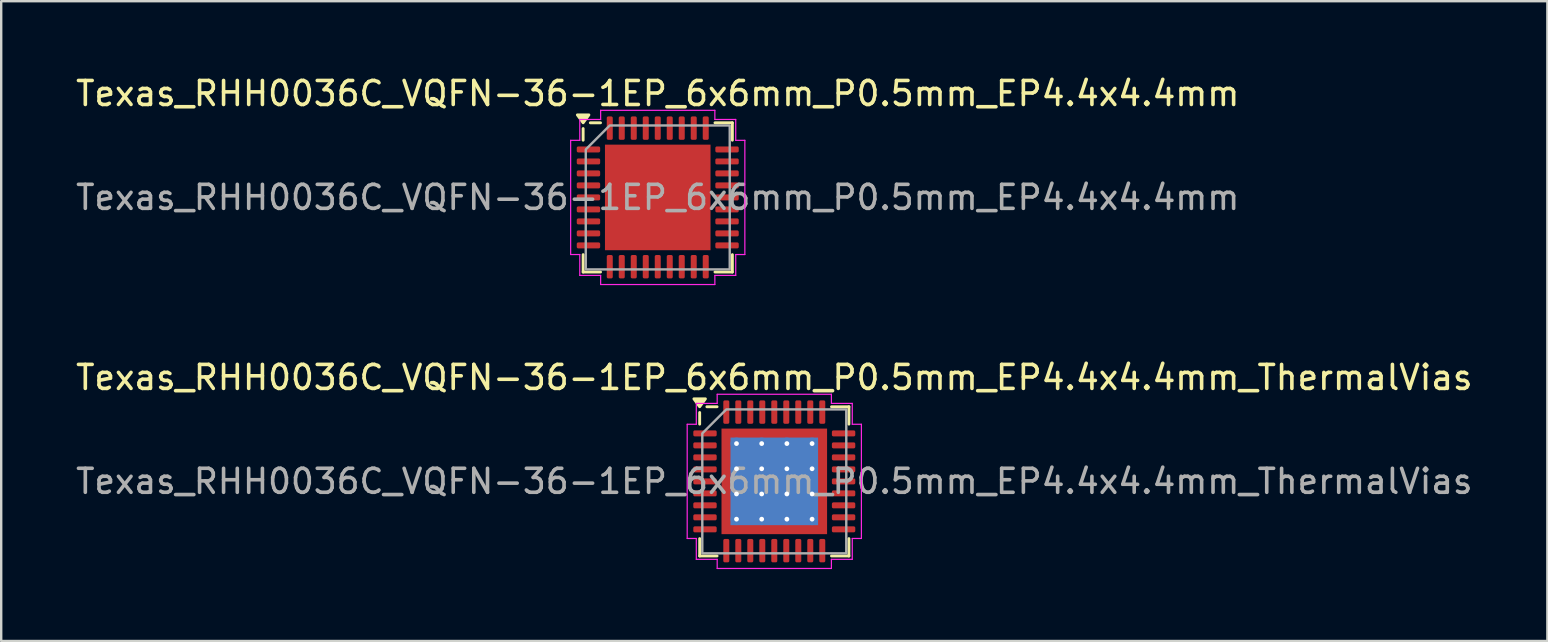
<source format=kicad_pcb>
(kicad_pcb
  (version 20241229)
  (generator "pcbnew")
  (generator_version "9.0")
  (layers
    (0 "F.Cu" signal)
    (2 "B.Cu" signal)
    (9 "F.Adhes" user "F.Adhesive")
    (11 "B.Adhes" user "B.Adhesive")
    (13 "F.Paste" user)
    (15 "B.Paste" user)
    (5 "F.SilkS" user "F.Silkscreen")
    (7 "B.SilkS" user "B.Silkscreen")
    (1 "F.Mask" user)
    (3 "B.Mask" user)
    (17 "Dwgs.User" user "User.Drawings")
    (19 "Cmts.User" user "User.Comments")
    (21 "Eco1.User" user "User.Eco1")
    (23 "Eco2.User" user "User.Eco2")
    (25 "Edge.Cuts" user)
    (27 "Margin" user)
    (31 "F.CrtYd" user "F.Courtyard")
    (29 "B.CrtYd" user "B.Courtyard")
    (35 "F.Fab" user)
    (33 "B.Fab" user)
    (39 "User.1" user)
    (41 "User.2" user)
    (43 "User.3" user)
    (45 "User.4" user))
  (footprint "Texas_RHH0036C_VQFN-36-1EP_6x6mm_P0.5mm_EP4.4x4.4mm_ThermalVias"
    (layer "F.Cu")
    (at 29.22 17.012)
    (property "Reference" "Texas_RHH0036C_VQFN-36-1EP_6x6mm_P0.5mm_EP4.4x4.4mm_ThermalVias" (at 0 -4.33 0) (layer "F.SilkS") (effects (font (size 1 1) (thickness 0.15))))
    (attr smd)
    (fp_line (start -3.11 -2.385) (end -3.11 -2.87) (stroke (width 0.12) (type solid)) (layer "F.SilkS"))
    (fp_line (start -3.11 3.11) (end -3.11 2.385) (stroke (width 0.12) (type solid)) (layer "F.SilkS"))
    (fp_line (start -2.385 -3.11) (end -2.81 -3.11) (stroke (width 0.12) (type solid)) (layer "F.SilkS"))
    (fp_line (start -2.385 3.11) (end -3.11 3.11) (stroke (width 0.12) (type solid)) (layer "F.SilkS"))
    (fp_line (start 2.385 -3.11) (end 3.11 -3.11) (stroke (width 0.12) (type solid)) (layer "F.SilkS"))
    (fp_line (start 2.385 3.11) (end 3.11 3.11) (stroke (width 0.12) (type solid)) (layer "F.SilkS"))
    (fp_line (start 3.11 -3.11) (end 3.11 -2.385) (stroke (width 0.12) (type solid)) (layer "F.SilkS"))
    (fp_line (start 3.11 3.11) (end 3.11 2.385) (stroke (width 0.12) (type solid)) (layer "F.SilkS"))
    (fp_poly (pts (xy -3.11 -3.11) (xy -3.35 -3.44) (xy -2.87 -3.44)) (stroke (width 0.12) (type solid)) (fill yes) (layer "F.SilkS"))
    (fp_line (start -3.63 -2.38) (end -3.25 -2.38) (stroke (width 0.05) (type solid)) (layer "F.CrtYd"))
    (fp_line (start -3.63 2.38) (end -3.63 -2.38) (stroke (width 0.05) (type solid)) (layer "F.CrtYd"))
    (fp_line (start -3.25 -3.25) (end -2.38 -3.25) (stroke (width 0.05) (type solid)) (layer "F.CrtYd"))
    (fp_line (start -3.25 -2.38) (end -3.25 -3.25) (stroke (width 0.05) (type solid)) (layer "F.CrtYd"))
    (fp_line (start -3.25 2.38) (end -3.63 2.38) (stroke (width 0.05) (type solid)) (layer "F.CrtYd"))
    (fp_line (start -3.25 3.25) (end -3.25 2.38) (stroke (width 0.05) (type solid)) (layer "F.CrtYd"))
    (fp_line (start -2.38 -3.63) (end 2.38 -3.63) (stroke (width 0.05) (type solid)) (layer "F.CrtYd"))
    (fp_line (start -2.38 -3.25) (end -2.38 -3.63) (stroke (width 0.05) (type solid)) (layer "F.CrtYd"))
    (fp_line (start -2.38 3.25) (end -3.25 3.25) (stroke (width 0.05) (type solid)) (layer "F.CrtYd"))
    (fp_line (start -2.38 3.63) (end -2.38 3.25) (stroke (width 0.05) (type solid)) (layer "F.CrtYd"))
    (fp_line (start 2.38 -3.63) (end 2.38 -3.25) (stroke (width 0.05) (type solid)) (layer "F.CrtYd"))
    (fp_line (start 2.38 -3.25) (end 3.25 -3.25) (stroke (width 0.05) (type solid)) (layer "F.CrtYd"))
    (fp_line (start 2.38 3.25) (end 2.38 3.63) (stroke (width 0.05) (type solid)) (layer "F.CrtYd"))
    (fp_line (start 2.38 3.63) (end -2.38 3.63) (stroke (width 0.05) (type solid)) (layer "F.CrtYd"))
    (fp_line (start 3.25 -3.25) (end 3.25 -2.38) (stroke (width 0.05) (type solid)) (layer "F.CrtYd"))
    (fp_line (start 3.25 -2.38) (end 3.63 -2.38) (stroke (width 0.05) (type solid)) (layer "F.CrtYd"))
    (fp_line (start 3.25 2.38) (end 3.25 3.25) (stroke (width 0.05) (type solid)) (layer "F.CrtYd"))
    (fp_line (start 3.25 3.25) (end 2.38 3.25) (stroke (width 0.05) (type solid)) (layer "F.CrtYd"))
    (fp_line (start 3.63 -2.38) (end 3.63 2.38) (stroke (width 0.05) (type solid)) (layer "F.CrtYd"))
    (fp_line (start 3.63 2.38) (end 3.25 2.38) (stroke (width 0.05) (type solid)) (layer "F.CrtYd"))
    (fp_poly (pts (xy -3 -2) (xy -3 3) (xy 3 3) (xy 3 -3) (xy -2 -3)) (stroke (width 0.1) (type solid)) (fill no) (layer "F.Fab"))
    (fp_text user "${REFERENCE}" (at 0 0 0) (layer "F.Fab") (effects (font (size 1 1) (thickness 0.15))))
    (pad "" smd roundrect (at -1.47 -1.47) (size 1.18 1.18) (layers "F.Paste") (roundrect_rratio 0.212))
    (pad "" smd roundrect (at -1.47 0) (size 1.18 1.18) (layers "F.Paste") (roundrect_rratio 0.212))
    (pad "" smd roundrect (at -1.47 1.47) (size 1.18 1.18) (layers "F.Paste") (roundrect_rratio 0.212))
    (pad "" smd roundrect (at 0 -1.47) (size 1.18 1.18) (layers "F.Paste") (roundrect_rratio 0.212))
    (pad "" smd roundrect (at 0 0) (size 1.18 1.18) (layers "F.Paste") (roundrect_rratio 0.212))
    (pad "" smd roundrect (at 0 1.47) (size 1.18 1.18) (layers "F.Paste") (roundrect_rratio 0.212))
    (pad "" smd roundrect (at 1.47 -1.47) (size 1.18 1.18) (layers "F.Paste") (roundrect_rratio 0.212))
    (pad "" smd roundrect (at 1.47 0) (size 1.18 1.18) (layers "F.Paste") (roundrect_rratio 0.212))
    (pad "" smd roundrect (at 1.47 1.47) (size 1.18 1.18) (layers "F.Paste") (roundrect_rratio 0.212))
    (pad "1" smd roundrect (at -2.888 -2) (size 0.975 0.25) (layers "F.Cu" "F.Mask" "F.Paste") (roundrect_rratio 0.25))
    (pad "2" smd roundrect (at -2.888 -1.5) (size 0.975 0.25) (layers "F.Cu" "F.Mask" "F.Paste") (roundrect_rratio 0.25))
    (pad "3" smd roundrect (at -2.888 -1) (size 0.975 0.25) (layers "F.Cu" "F.Mask" "F.Paste") (roundrect_rratio 0.25))
    (pad "4" smd roundrect (at -2.888 -0.5) (size 0.975 0.25) (layers "F.Cu" "F.Mask" "F.Paste") (roundrect_rratio 0.25))
    (pad "5" smd roundrect (at -2.888 0) (size 0.975 0.25) (layers "F.Cu" "F.Mask" "F.Paste") (roundrect_rratio 0.25))
    (pad "6" smd roundrect (at -2.888 0.5) (size 0.975 0.25) (layers "F.Cu" "F.Mask" "F.Paste") (roundrect_rratio 0.25))
    (pad "7" smd roundrect (at -2.888 1) (size 0.975 0.25) (layers "F.Cu" "F.Mask" "F.Paste") (roundrect_rratio 0.25))
    (pad "8" smd roundrect (at -2.888 1.5) (size 0.975 0.25) (layers "F.Cu" "F.Mask" "F.Paste") (roundrect_rratio 0.25))
    (pad "9" smd roundrect (at -2.888 2) (size 0.975 0.25) (layers "F.Cu" "F.Mask" "F.Paste") (roundrect_rratio 0.25))
    (pad "10" smd roundrect (at -2 2.888) (size 0.25 0.975) (layers "F.Cu" "F.Mask" "F.Paste") (roundrect_rratio 0.25))
    (pad "11" smd roundrect (at -1.5 2.888) (size 0.25 0.975) (layers "F.Cu" "F.Mask" "F.Paste") (roundrect_rratio 0.25))
    (pad "12" smd roundrect (at -1 2.888) (size 0.25 0.975) (layers "F.Cu" "F.Mask" "F.Paste") (roundrect_rratio 0.25))
    (pad "13" smd roundrect (at -0.5 2.888) (size 0.25 0.975) (layers "F.Cu" "F.Mask" "F.Paste") (roundrect_rratio 0.25))
    (pad "14" smd roundrect (at 0 2.888) (size 0.25 0.975) (layers "F.Cu" "F.Mask" "F.Paste") (roundrect_rratio 0.25))
    (pad "15" smd roundrect (at 0.5 2.888) (size 0.25 0.975) (layers "F.Cu" "F.Mask" "F.Paste") (roundrect_rratio 0.25))
    (pad "16" smd roundrect (at 1 2.888) (size 0.25 0.975) (layers "F.Cu" "F.Mask" "F.Paste") (roundrect_rratio 0.25))
    (pad "17" smd roundrect (at 1.5 2.888) (size 0.25 0.975) (layers "F.Cu" "F.Mask" "F.Paste") (roundrect_rratio 0.25))
    (pad "18" smd roundrect (at 2 2.888) (size 0.25 0.975) (layers "F.Cu" "F.Mask" "F.Paste") (roundrect_rratio 0.25))
    (pad "19" smd roundrect (at 2.888 2) (size 0.975 0.25) (layers "F.Cu" "F.Mask" "F.Paste") (roundrect_rratio 0.25))
    (pad "20" smd roundrect (at 2.888 1.5) (size 0.975 0.25) (layers "F.Cu" "F.Mask" "F.Paste") (roundrect_rratio 0.25))
    (pad "21" smd roundrect (at 2.888 1) (size 0.975 0.25) (layers "F.Cu" "F.Mask" "F.Paste") (roundrect_rratio 0.25))
    (pad "22" smd roundrect (at 2.888 0.5) (size 0.975 0.25) (layers "F.Cu" "F.Mask" "F.Paste") (roundrect_rratio 0.25))
    (pad "23" smd roundrect (at 2.888 0) (size 0.975 0.25) (layers "F.Cu" "F.Mask" "F.Paste") (roundrect_rratio 0.25))
    (pad "24" smd roundrect (at 2.888 -0.5) (size 0.975 0.25) (layers "F.Cu" "F.Mask" "F.Paste") (roundrect_rratio 0.25))
    (pad "25" smd roundrect (at 2.888 -1) (size 0.975 0.25) (layers "F.Cu" "F.Mask" "F.Paste") (roundrect_rratio 0.25))
    (pad "26" smd roundrect (at 2.888 -1.5) (size 0.975 0.25) (layers "F.Cu" "F.Mask" "F.Paste") (roundrect_rratio 0.25))
    (pad "27" smd roundrect (at 2.888 -2) (size 0.975 0.25) (layers "F.Cu" "F.Mask" "F.Paste") (roundrect_rratio 0.25))
    (pad "28" smd roundrect (at 2 -2.888) (size 0.25 0.975) (layers "F.Cu" "F.Mask" "F.Paste") (roundrect_rratio 0.25))
    (pad "29" smd roundrect (at 1.5 -2.888) (size 0.25 0.975) (layers "F.Cu" "F.Mask" "F.Paste") (roundrect_rratio 0.25))
    (pad "30" smd roundrect (at 1 -2.888) (size 0.25 0.975) (layers "F.Cu" "F.Mask" "F.Paste") (roundrect_rratio 0.25))
    (pad "31" smd roundrect (at 0.5 -2.888) (size 0.25 0.975) (layers "F.Cu" "F.Mask" "F.Paste") (roundrect_rratio 0.25))
    (pad "32" smd roundrect (at 0 -2.888) (size 0.25 0.975) (layers "F.Cu" "F.Mask" "F.Paste") (roundrect_rratio 0.25))
    (pad "33" smd roundrect (at -0.5 -2.888) (size 0.25 0.975) (layers "F.Cu" "F.Mask" "F.Paste") (roundrect_rratio 0.25))
    (pad "34" smd roundrect (at -1 -2.888) (size 0.25 0.975) (layers "F.Cu" "F.Mask" "F.Paste") (roundrect_rratio 0.25))
    (pad "35" smd roundrect (at -1.5 -2.888) (size 0.25 0.975) (layers "F.Cu" "F.Mask" "F.Paste") (roundrect_rratio 0.25))
    (pad "36" smd roundrect (at -2 -2.888) (size 0.25 0.975) (layers "F.Cu" "F.Mask" "F.Paste") (roundrect_rratio 0.25))
    (pad "37" thru_hole circle (at -1.575 -1.575) (size 0.5 0.5) (drill 0.2) (property pad_prop_heatsink) (layers "*.Cu"))
    (pad "37" thru_hole circle (at -1.575 -0.525) (size 0.5 0.5) (drill 0.2) (property pad_prop_heatsink) (layers "*.Cu"))
    (pad "37" thru_hole circle (at -1.575 0.525) (size 0.5 0.5) (drill 0.2) (property pad_prop_heatsink) (layers "*.Cu"))
    (pad "37" thru_hole circle (at -1.575 1.575) (size 0.5 0.5) (drill 0.2) (property pad_prop_heatsink) (layers "*.Cu"))
    (pad "37" thru_hole circle (at -0.525 -1.575) (size 0.5 0.5) (drill 0.2) (property pad_prop_heatsink) (layers "*.Cu"))
    (pad "37" thru_hole circle (at -0.525 -0.525) (size 0.5 0.5) (drill 0.2) (property pad_prop_heatsink) (layers "*.Cu"))
    (pad "37" thru_hole circle (at -0.525 0.525) (size 0.5 0.5) (drill 0.2) (property pad_prop_heatsink) (layers "*.Cu"))
    (pad "37" thru_hole circle (at -0.525 1.575) (size 0.5 0.5) (drill 0.2) (property pad_prop_heatsink) (layers "*.Cu"))
    (pad "37" smd rect (at 0 0) (size 3.65 3.65) (property pad_prop_heatsink) (layers "B.Cu"))
    (pad "37" smd rect (at 0 0) (size 4.4 4.4) (property pad_prop_heatsink) (layers "F.Cu" "F.Mask"))
    (pad "37" thru_hole circle (at 0.525 -1.575) (size 0.5 0.5) (drill 0.2) (property pad_prop_heatsink) (layers "*.Cu"))
    (pad "37" thru_hole circle (at 0.525 -0.525) (size 0.5 0.5) (drill 0.2) (property pad_prop_heatsink) (layers "*.Cu"))
    (pad "37" thru_hole circle (at 0.525 0.525) (size 0.5 0.5) (drill 0.2) (property pad_prop_heatsink) (layers "*.Cu"))
    (pad "37" thru_hole circle (at 0.525 1.575) (size 0.5 0.5) (drill 0.2) (property pad_prop_heatsink) (layers "*.Cu"))
    (pad "37" thru_hole circle (at 1.575 -1.575) (size 0.5 0.5) (drill 0.2) (property pad_prop_heatsink) (layers "*.Cu"))
    (pad "37" thru_hole circle (at 1.575 -0.525) (size 0.5 0.5) (drill 0.2) (property pad_prop_heatsink) (layers "*.Cu"))
    (pad "37" thru_hole circle (at 1.575 0.525) (size 0.5 0.5) (drill 0.2) (property pad_prop_heatsink) (layers "*.Cu"))
    (pad "37" thru_hole circle (at 1.575 1.575) (size 0.5 0.5) (drill 0.2) (property pad_prop_heatsink) (layers "*.Cu")))
  (footprint "Texas_RHH0036C_VQFN-36-1EP_6x6mm_P0.5mm_EP4.4x4.4mm"
    (layer "F.Cu")
    (at 24.363 5.178)
    (property "Reference" "Texas_RHH0036C_VQFN-36-1EP_6x6mm_P0.5mm_EP4.4x4.4mm" (at 0 -4.33 0) (layer "F.SilkS") (effects (font (size 1 1) (thickness 0.15))))
    (attr smd)
    (fp_line (start -3.11 -2.385) (end -3.11 -2.87) (stroke (width 0.12) (type solid)) (layer "F.SilkS"))
    (fp_line (start -3.11 3.11) (end -3.11 2.385) (stroke (width 0.12) (type solid)) (layer "F.SilkS"))
    (fp_line (start -2.385 -3.11) (end -2.81 -3.11) (stroke (width 0.12) (type solid)) (layer "F.SilkS"))
    (fp_line (start -2.385 3.11) (end -3.11 3.11) (stroke (width 0.12) (type solid)) (layer "F.SilkS"))
    (fp_line (start 2.385 -3.11) (end 3.11 -3.11) (stroke (width 0.12) (type solid)) (layer "F.SilkS"))
    (fp_line (start 2.385 3.11) (end 3.11 3.11) (stroke (width 0.12) (type solid)) (layer "F.SilkS"))
    (fp_line (start 3.11 -3.11) (end 3.11 -2.385) (stroke (width 0.12) (type solid)) (layer "F.SilkS"))
    (fp_line (start 3.11 3.11) (end 3.11 2.385) (stroke (width 0.12) (type solid)) (layer "F.SilkS"))
    (fp_poly (pts (xy -3.11 -3.11) (xy -3.35 -3.44) (xy -2.87 -3.44)) (stroke (width 0.12) (type solid)) (fill yes) (layer "F.SilkS"))
    (fp_line (start -3.63 -2.38) (end -3.25 -2.38) (stroke (width 0.05) (type solid)) (layer "F.CrtYd"))
    (fp_line (start -3.63 2.38) (end -3.63 -2.38) (stroke (width 0.05) (type solid)) (layer "F.CrtYd"))
    (fp_line (start -3.25 -3.25) (end -2.38 -3.25) (stroke (width 0.05) (type solid)) (layer "F.CrtYd"))
    (fp_line (start -3.25 -2.38) (end -3.25 -3.25) (stroke (width 0.05) (type solid)) (layer "F.CrtYd"))
    (fp_line (start -3.25 2.38) (end -3.63 2.38) (stroke (width 0.05) (type solid)) (layer "F.CrtYd"))
    (fp_line (start -3.25 3.25) (end -3.25 2.38) (stroke (width 0.05) (type solid)) (layer "F.CrtYd"))
    (fp_line (start -2.38 -3.63) (end 2.38 -3.63) (stroke (width 0.05) (type solid)) (layer "F.CrtYd"))
    (fp_line (start -2.38 -3.25) (end -2.38 -3.63) (stroke (width 0.05) (type solid)) (layer "F.CrtYd"))
    (fp_line (start -2.38 3.25) (end -3.25 3.25) (stroke (width 0.05) (type solid)) (layer "F.CrtYd"))
    (fp_line (start -2.38 3.63) (end -2.38 3.25) (stroke (width 0.05) (type solid)) (layer "F.CrtYd"))
    (fp_line (start 2.38 -3.63) (end 2.38 -3.25) (stroke (width 0.05) (type solid)) (layer "F.CrtYd"))
    (fp_line (start 2.38 -3.25) (end 3.25 -3.25) (stroke (width 0.05) (type solid)) (layer "F.CrtYd"))
    (fp_line (start 2.38 3.25) (end 2.38 3.63) (stroke (width 0.05) (type solid)) (layer "F.CrtYd"))
    (fp_line (start 2.38 3.63) (end -2.38 3.63) (stroke (width 0.05) (type solid)) (layer "F.CrtYd"))
    (fp_line (start 3.25 -3.25) (end 3.25 -2.38) (stroke (width 0.05) (type solid)) (layer "F.CrtYd"))
    (fp_line (start 3.25 -2.38) (end 3.63 -2.38) (stroke (width 0.05) (type solid)) (layer "F.CrtYd"))
    (fp_line (start 3.25 2.38) (end 3.25 3.25) (stroke (width 0.05) (type solid)) (layer "F.CrtYd"))
    (fp_line (start 3.25 3.25) (end 2.38 3.25) (stroke (width 0.05) (type solid)) (layer "F.CrtYd"))
    (fp_line (start 3.63 -2.38) (end 3.63 2.38) (stroke (width 0.05) (type solid)) (layer "F.CrtYd"))
    (fp_line (start 3.63 2.38) (end 3.25 2.38) (stroke (width 0.05) (type solid)) (layer "F.CrtYd"))
    (fp_poly (pts (xy -3 -2) (xy -3 3) (xy 3 3) (xy 3 -3) (xy -2 -3)) (stroke (width 0.1) (type solid)) (fill no) (layer "F.Fab"))
    (fp_text user "${REFERENCE}" (at 0 0 0) (layer "F.Fab") (effects (font (size 1 1) (thickness 0.15))))
    (pad "" smd roundrect (at -1.47 -1.47) (size 1.18 1.18) (layers "F.Paste") (roundrect_rratio 0.212))
    (pad "" smd roundrect (at -1.47 0) (size 1.18 1.18) (layers "F.Paste") (roundrect_rratio 0.212))
    (pad "" smd roundrect (at -1.47 1.47) (size 1.18 1.18) (layers "F.Paste") (roundrect_rratio 0.212))
    (pad "" smd roundrect (at 0 -1.47) (size 1.18 1.18) (layers "F.Paste") (roundrect_rratio 0.212))
    (pad "" smd roundrect (at 0 0) (size 1.18 1.18) (layers "F.Paste") (roundrect_rratio 0.212))
    (pad "" smd roundrect (at 0 1.47) (size 1.18 1.18) (layers "F.Paste") (roundrect_rratio 0.212))
    (pad "" smd roundrect (at 1.47 -1.47) (size 1.18 1.18) (layers "F.Paste") (roundrect_rratio 0.212))
    (pad "" smd roundrect (at 1.47 0) (size 1.18 1.18) (layers "F.Paste") (roundrect_rratio 0.212))
    (pad "" smd roundrect (at 1.47 1.47) (size 1.18 1.18) (layers "F.Paste") (roundrect_rratio 0.212))
    (pad "1" smd roundrect (at -2.888 -2) (size 0.975 0.25) (layers "F.Cu" "F.Mask" "F.Paste") (roundrect_rratio 0.25))
    (pad "2" smd roundrect (at -2.888 -1.5) (size 0.975 0.25) (layers "F.Cu" "F.Mask" "F.Paste") (roundrect_rratio 0.25))
    (pad "3" smd roundrect (at -2.888 -1) (size 0.975 0.25) (layers "F.Cu" "F.Mask" "F.Paste") (roundrect_rratio 0.25))
    (pad "4" smd roundrect (at -2.888 -0.5) (size 0.975 0.25) (layers "F.Cu" "F.Mask" "F.Paste") (roundrect_rratio 0.25))
    (pad "5" smd roundrect (at -2.888 0) (size 0.975 0.25) (layers "F.Cu" "F.Mask" "F.Paste") (roundrect_rratio 0.25))
    (pad "6" smd roundrect (at -2.888 0.5) (size 0.975 0.25) (layers "F.Cu" "F.Mask" "F.Paste") (roundrect_rratio 0.25))
    (pad "7" smd roundrect (at -2.888 1) (size 0.975 0.25) (layers "F.Cu" "F.Mask" "F.Paste") (roundrect_rratio 0.25))
    (pad "8" smd roundrect (at -2.888 1.5) (size 0.975 0.25) (layers "F.Cu" "F.Mask" "F.Paste") (roundrect_rratio 0.25))
    (pad "9" smd roundrect (at -2.888 2) (size 0.975 0.25) (layers "F.Cu" "F.Mask" "F.Paste") (roundrect_rratio 0.25))
    (pad "10" smd roundrect (at -2 2.888) (size 0.25 0.975) (layers "F.Cu" "F.Mask" "F.Paste") (roundrect_rratio 0.25))
    (pad "11" smd roundrect (at -1.5 2.888) (size 0.25 0.975) (layers "F.Cu" "F.Mask" "F.Paste") (roundrect_rratio 0.25))
    (pad "12" smd roundrect (at -1 2.888) (size 0.25 0.975) (layers "F.Cu" "F.Mask" "F.Paste") (roundrect_rratio 0.25))
    (pad "13" smd roundrect (at -0.5 2.888) (size 0.25 0.975) (layers "F.Cu" "F.Mask" "F.Paste") (roundrect_rratio 0.25))
    (pad "14" smd roundrect (at 0 2.888) (size 0.25 0.975) (layers "F.Cu" "F.Mask" "F.Paste") (roundrect_rratio 0.25))
    (pad "15" smd roundrect (at 0.5 2.888) (size 0.25 0.975) (layers "F.Cu" "F.Mask" "F.Paste") (roundrect_rratio 0.25))
    (pad "16" smd roundrect (at 1 2.888) (size 0.25 0.975) (layers "F.Cu" "F.Mask" "F.Paste") (roundrect_rratio 0.25))
    (pad "17" smd roundrect (at 1.5 2.888) (size 0.25 0.975) (layers "F.Cu" "F.Mask" "F.Paste") (roundrect_rratio 0.25))
    (pad "18" smd roundrect (at 2 2.888) (size 0.25 0.975) (layers "F.Cu" "F.Mask" "F.Paste") (roundrect_rratio 0.25))
    (pad "19" smd roundrect (at 2.888 2) (size 0.975 0.25) (layers "F.Cu" "F.Mask" "F.Paste") (roundrect_rratio 0.25))
    (pad "20" smd roundrect (at 2.888 1.5) (size 0.975 0.25) (layers "F.Cu" "F.Mask" "F.Paste") (roundrect_rratio 0.25))
    (pad "21" smd roundrect (at 2.888 1) (size 0.975 0.25) (layers "F.Cu" "F.Mask" "F.Paste") (roundrect_rratio 0.25))
    (pad "22" smd roundrect (at 2.888 0.5) (size 0.975 0.25) (layers "F.Cu" "F.Mask" "F.Paste") (roundrect_rratio 0.25))
    (pad "23" smd roundrect (at 2.888 0) (size 0.975 0.25) (layers "F.Cu" "F.Mask" "F.Paste") (roundrect_rratio 0.25))
    (pad "24" smd roundrect (at 2.888 -0.5) (size 0.975 0.25) (layers "F.Cu" "F.Mask" "F.Paste") (roundrect_rratio 0.25))
    (pad "25" smd roundrect (at 2.888 -1) (size 0.975 0.25) (layers "F.Cu" "F.Mask" "F.Paste") (roundrect_rratio 0.25))
    (pad "26" smd roundrect (at 2.888 -1.5) (size 0.975 0.25) (layers "F.Cu" "F.Mask" "F.Paste") (roundrect_rratio 0.25))
    (pad "27" smd roundrect (at 2.888 -2) (size 0.975 0.25) (layers "F.Cu" "F.Mask" "F.Paste") (roundrect_rratio 0.25))
    (pad "28" smd roundrect (at 2 -2.888) (size 0.25 0.975) (layers "F.Cu" "F.Mask" "F.Paste") (roundrect_rratio 0.25))
    (pad "29" smd roundrect (at 1.5 -2.888) (size 0.25 0.975) (layers "F.Cu" "F.Mask" "F.Paste") (roundrect_rratio 0.25))
    (pad "30" smd roundrect (at 1 -2.888) (size 0.25 0.975) (layers "F.Cu" "F.Mask" "F.Paste") (roundrect_rratio 0.25))
    (pad "31" smd roundrect (at 0.5 -2.888) (size 0.25 0.975) (layers "F.Cu" "F.Mask" "F.Paste") (roundrect_rratio 0.25))
    (pad "32" smd roundrect (at 0 -2.888) (size 0.25 0.975) (layers "F.Cu" "F.Mask" "F.Paste") (roundrect_rratio 0.25))
    (pad "33" smd roundrect (at -0.5 -2.888) (size 0.25 0.975) (layers "F.Cu" "F.Mask" "F.Paste") (roundrect_rratio 0.25))
    (pad "34" smd roundrect (at -1 -2.888) (size 0.25 0.975) (layers "F.Cu" "F.Mask" "F.Paste") (roundrect_rratio 0.25))
    (pad "35" smd roundrect (at -1.5 -2.888) (size 0.25 0.975) (layers "F.Cu" "F.Mask" "F.Paste") (roundrect_rratio 0.25))
    (pad "36" smd roundrect (at -2 -2.888) (size 0.25 0.975) (layers "F.Cu" "F.Mask" "F.Paste") (roundrect_rratio 0.25))
    (pad "37" smd rect (at 0 0) (size 4.4 4.4) (property pad_prop_heatsink) (layers "F.Cu" "F.Mask")))
  (gr_rect
    (start -3 -3)
    (end 61.44 23.666)
    (stroke (width 0.1) (type default))
    (fill no)
    (layer "Edge.Cuts")))
</source>
